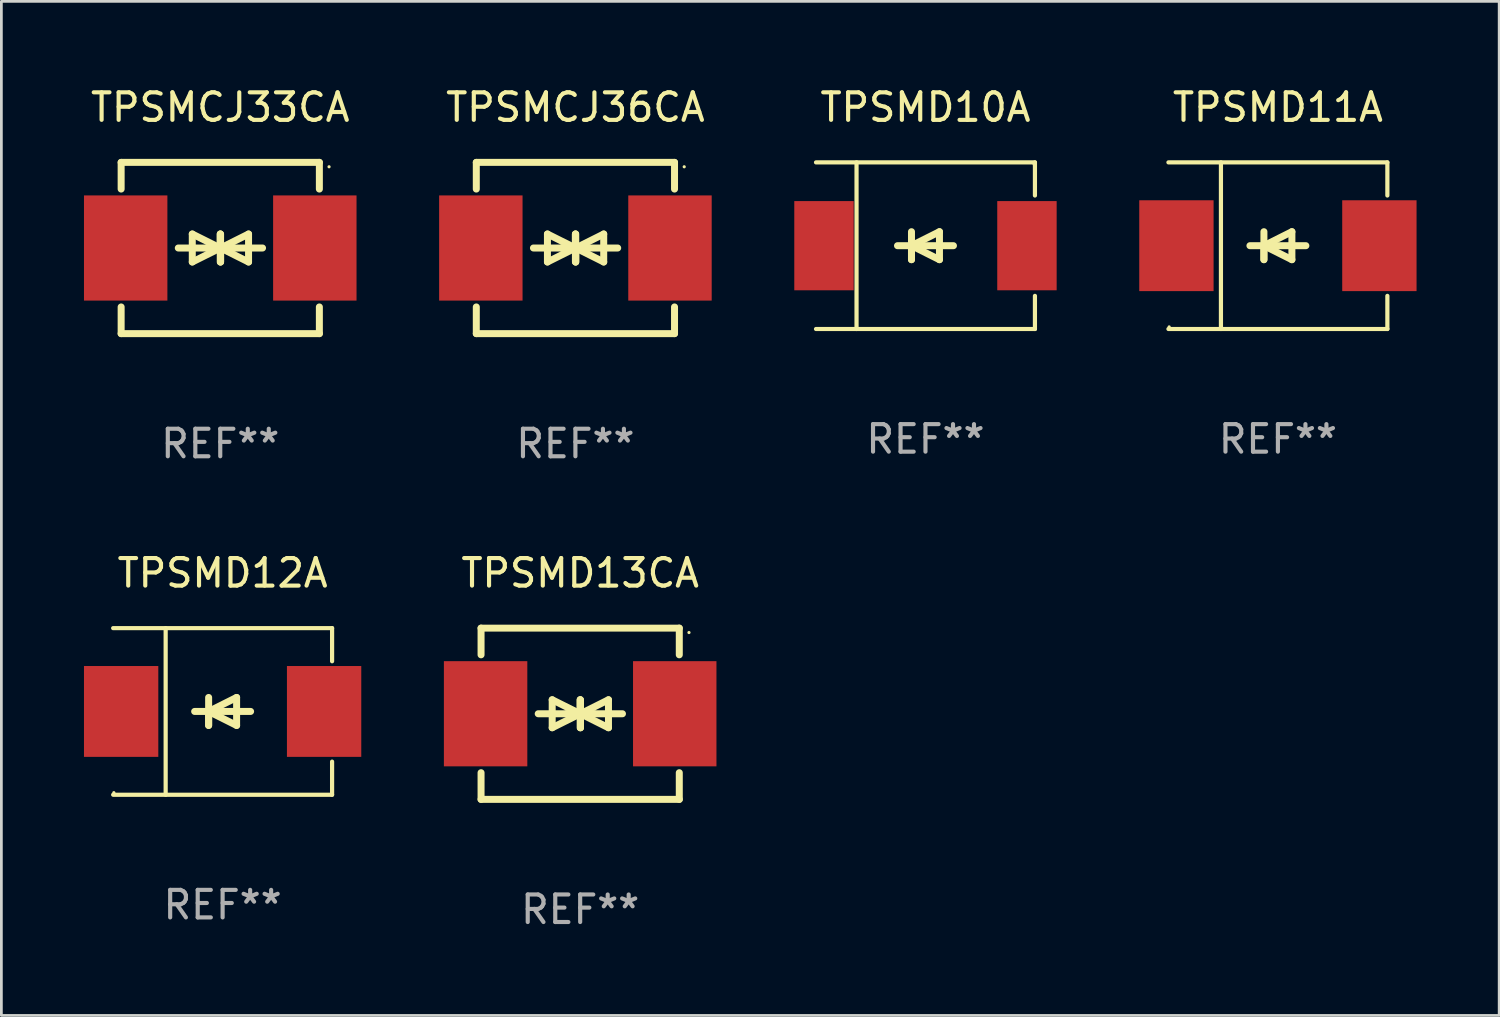
<source format=kicad_pcb>
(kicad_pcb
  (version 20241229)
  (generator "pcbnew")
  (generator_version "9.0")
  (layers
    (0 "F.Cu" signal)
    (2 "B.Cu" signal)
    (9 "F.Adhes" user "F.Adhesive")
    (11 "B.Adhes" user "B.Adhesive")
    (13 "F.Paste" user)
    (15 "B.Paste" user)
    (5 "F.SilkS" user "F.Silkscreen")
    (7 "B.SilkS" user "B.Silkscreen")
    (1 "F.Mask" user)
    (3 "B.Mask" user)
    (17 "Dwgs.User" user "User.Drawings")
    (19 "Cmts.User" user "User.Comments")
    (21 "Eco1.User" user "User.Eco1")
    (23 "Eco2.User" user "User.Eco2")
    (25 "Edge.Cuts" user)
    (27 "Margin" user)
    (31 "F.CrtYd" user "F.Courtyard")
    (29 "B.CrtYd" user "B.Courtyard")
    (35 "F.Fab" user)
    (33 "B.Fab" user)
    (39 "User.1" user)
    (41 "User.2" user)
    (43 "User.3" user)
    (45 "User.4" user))
  (footprint "TPSMD12A"
    (layer "F.Cu")
    (at 5.036 22.791)
    (property "Reference" "TPSMD12A" (at 0 -5.026 0) (layer "F.SilkS") (effects (font (size 1 1) (thickness 0.15))))
    (attr through_hole)
    (fp_line (start -3.976 -3.026) (end 3.976 -3.026) (stroke (width 0.152) (type solid)) (layer "F.SilkS"))
    (fp_line (start -3.976 3.026) (end 3.976 3.026) (stroke (width 0.152) (type solid)) (layer "F.SilkS"))
    (fp_line (start -2.069 -3.026) (end -2.069 3.026) (stroke (width 0.152) (type solid)) (layer "F.SilkS"))
    (fp_line (start -0.508 0) (end -0.508 0.508) (stroke (width 0.254) (type solid)) (layer "F.SilkS"))
    (fp_line (start -0.508 0) (end 0.508 0.508) (stroke (width 0.254) (type solid)) (layer "F.SilkS"))
    (fp_line (start -0.508 0.508) (end -0.508 -0.508) (stroke (width 0.254) (type solid)) (layer "F.SilkS"))
    (fp_line (start 0.508 -0.508) (end -0.508 0) (stroke (width 0.254) (type solid)) (layer "F.SilkS"))
    (fp_line (start 0.508 0.508) (end 0.508 -0.508) (stroke (width 0.254) (type solid)) (layer "F.SilkS"))
    (fp_line (start 1.016 0) (end -1.016 0) (stroke (width 0.254) (type solid)) (layer "F.SilkS"))
    (fp_line (start 3.976 -3.026) (end 3.976 -1.823) (stroke (width 0.152) (type solid)) (layer "F.SilkS"))
    (fp_line (start 3.976 3.026) (end 3.976 1.823) (stroke (width 0.152) (type solid)) (layer "F.SilkS"))
    (fp_circle (center -3.95 2.95) (end -3.92 2.95) (stroke (width 0.06) (type solid)) (fill no) (layer "F.SilkS"))
    (fp_text user "REF**" (at 0 7.026 0) (layer "F.Fab") (effects (font (size 1 1) (thickness 0.15))))
    (pad "1" smd rect (at -3.686 0) (size 2.7 3.3) (layers "F.Cu" "F.Mask" "F.Paste"))
    (pad "2" smd rect (at 3.686 0) (size 2.7 3.3) (layers "F.Cu" "F.Mask" "F.Paste")))
  (footprint "TPSMCJ33CA"
    (layer "F.Cu")
    (at 4.95 5.958)
    (property "Reference" "TPSMCJ33CA" (at 0 -5.11 0) (layer "F.SilkS") (effects (font (size 1 1) (thickness 0.15))))
    (attr through_hole)
    (fp_line (start -3.6 -2.141) (end -3.6 -3.11) (stroke (width 0.254) (type solid)) (layer "F.SilkS"))
    (fp_line (start -3.6 3.11) (end -3.6 2.141) (stroke (width 0.254) (type solid)) (layer "F.SilkS"))
    (fp_line (start -1.524 0) (end 0.508 0) (stroke (width 0.254) (type solid)) (layer "F.SilkS"))
    (fp_line (start -1.016 -0.508) (end -1.016 0.508) (stroke (width 0.254) (type solid)) (layer "F.SilkS"))
    (fp_line (start -1.016 0.508) (end 0 0) (stroke (width 0.254) (type solid)) (layer "F.SilkS"))
    (fp_line (start 0 -0.508) (end 0 0.508) (stroke (width 0.254) (type solid)) (layer "F.SilkS"))
    (fp_line (start 0 0) (end -1.016 -0.508) (stroke (width 0.254) (type solid)) (layer "F.SilkS"))
    (fp_line (start 0 0) (end 0 -0.508) (stroke (width 0.254) (type solid)) (layer "F.SilkS"))
    (fp_line (start 0.012 0) (end 0.012 0.508) (stroke (width 0.254) (type solid)) (layer "F.SilkS"))
    (fp_line (start 0.012 0) (end 1.028 0.508) (stroke (width 0.254) (type solid)) (layer "F.SilkS"))
    (fp_line (start 0.012 0.508) (end 0.012 -0.508) (stroke (width 0.254) (type solid)) (layer "F.SilkS"))
    (fp_line (start 1.028 -0.508) (end 0.012 0) (stroke (width 0.254) (type solid)) (layer "F.SilkS"))
    (fp_line (start 1.028 0.508) (end 1.028 -0.508) (stroke (width 0.254) (type solid)) (layer "F.SilkS"))
    (fp_line (start 1.536 0) (end -0.496 0) (stroke (width 0.254) (type solid)) (layer "F.SilkS"))
    (fp_line (start 3.6 -3.11) (end -3.6 -3.11) (stroke (width 0.254) (type solid)) (layer "F.SilkS"))
    (fp_line (start 3.6 -2.141) (end 3.6 -3.11) (stroke (width 0.254) (type solid)) (layer "F.SilkS"))
    (fp_line (start 3.6 3.11) (end -3.6 3.11) (stroke (width 0.254) (type solid)) (layer "F.SilkS"))
    (fp_line (start 3.6 3.11) (end 3.6 2.141) (stroke (width 0.254) (type solid)) (layer "F.SilkS"))
    (fp_circle (center 3.952 -2.95) (end 3.982 -2.95) (stroke (width 0.06) (type solid)) (fill no) (layer "F.SilkS"))
    (fp_text user "REF**" (at 0 7.11 0) (layer "F.Fab") (effects (font (size 1 1) (thickness 0.15))))
    (pad "1" smd rect (at 3.435 0) (size 3.03 3.82) (layers "F.Cu" "F.Mask" "F.Paste"))
    (pad "2" smd rect (at -3.435 0) (size 3.03 3.82) (layers "F.Cu" "F.Mask" "F.Paste")))
  (footprint "TPSMD13CA"
    (layer "F.Cu")
    (at 18.023 22.875)
    (property "Reference" "TPSMD13CA" (at 0 -5.11 0) (layer "F.SilkS") (effects (font (size 1 1) (thickness 0.15))))
    (attr through_hole)
    (fp_line (start -3.6 -2.141) (end -3.6 -3.11) (stroke (width 0.254) (type solid)) (layer "F.SilkS"))
    (fp_line (start -3.6 3.11) (end -3.6 2.141) (stroke (width 0.254) (type solid)) (layer "F.SilkS"))
    (fp_line (start -1.524 0) (end 0.508 0) (stroke (width 0.254) (type solid)) (layer "F.SilkS"))
    (fp_line (start -1.016 -0.508) (end -1.016 0.508) (stroke (width 0.254) (type solid)) (layer "F.SilkS"))
    (fp_line (start -1.016 0.508) (end 0 0) (stroke (width 0.254) (type solid)) (layer "F.SilkS"))
    (fp_line (start 0 -0.508) (end 0 0.508) (stroke (width 0.254) (type solid)) (layer "F.SilkS"))
    (fp_line (start 0 0) (end -1.016 -0.508) (stroke (width 0.254) (type solid)) (layer "F.SilkS"))
    (fp_line (start 0 0) (end 0 -0.508) (stroke (width 0.254) (type solid)) (layer "F.SilkS"))
    (fp_line (start 0.012 0) (end 0.012 0.508) (stroke (width 0.254) (type solid)) (layer "F.SilkS"))
    (fp_line (start 0.012 0) (end 1.028 0.508) (stroke (width 0.254) (type solid)) (layer "F.SilkS"))
    (fp_line (start 0.012 0.508) (end 0.012 -0.508) (stroke (width 0.254) (type solid)) (layer "F.SilkS"))
    (fp_line (start 1.028 -0.508) (end 0.012 0) (stroke (width 0.254) (type solid)) (layer "F.SilkS"))
    (fp_line (start 1.028 0.508) (end 1.028 -0.508) (stroke (width 0.254) (type solid)) (layer "F.SilkS"))
    (fp_line (start 1.536 0) (end -0.496 0) (stroke (width 0.254) (type solid)) (layer "F.SilkS"))
    (fp_line (start 3.6 -3.11) (end -3.6 -3.11) (stroke (width 0.254) (type solid)) (layer "F.SilkS"))
    (fp_line (start 3.6 -2.141) (end 3.6 -3.11) (stroke (width 0.254) (type solid)) (layer "F.SilkS"))
    (fp_line (start 3.6 3.11) (end -3.6 3.11) (stroke (width 0.254) (type solid)) (layer "F.SilkS"))
    (fp_line (start 3.6 3.11) (end 3.6 2.141) (stroke (width 0.254) (type solid)) (layer "F.SilkS"))
    (fp_circle (center 3.952 -2.95) (end 3.982 -2.95) (stroke (width 0.06) (type solid)) (fill no) (layer "F.SilkS"))
    (fp_text user "REF**" (at 0 7.11 0) (layer "F.Fab") (effects (font (size 1 1) (thickness 0.15))))
    (pad "1" smd rect (at 3.435 0) (size 3.03 3.82) (layers "F.Cu" "F.Mask" "F.Paste"))
    (pad "2" smd rect (at -3.435 0) (size 3.03 3.82) (layers "F.Cu" "F.Mask" "F.Paste")))
  (footprint "TPSMCJ36CA"
    (layer "F.Cu")
    (at 17.85 5.958)
    (property "Reference" "TPSMCJ36CA" (at 0 -5.11 0) (layer "F.SilkS") (effects (font (size 1 1) (thickness 0.15))))
    (attr through_hole)
    (fp_line (start -3.6 -2.141) (end -3.6 -3.11) (stroke (width 0.254) (type solid)) (layer "F.SilkS"))
    (fp_line (start -3.6 3.11) (end -3.6 2.141) (stroke (width 0.254) (type solid)) (layer "F.SilkS"))
    (fp_line (start -1.524 0) (end 0.508 0) (stroke (width 0.254) (type solid)) (layer "F.SilkS"))
    (fp_line (start -1.016 -0.508) (end -1.016 0.508) (stroke (width 0.254) (type solid)) (layer "F.SilkS"))
    (fp_line (start -1.016 0.508) (end 0 0) (stroke (width 0.254) (type solid)) (layer "F.SilkS"))
    (fp_line (start 0 -0.508) (end 0 0.508) (stroke (width 0.254) (type solid)) (layer "F.SilkS"))
    (fp_line (start 0 0) (end -1.016 -0.508) (stroke (width 0.254) (type solid)) (layer "F.SilkS"))
    (fp_line (start 0 0) (end 0 -0.508) (stroke (width 0.254) (type solid)) (layer "F.SilkS"))
    (fp_line (start 0.012 0) (end 0.012 0.508) (stroke (width 0.254) (type solid)) (layer "F.SilkS"))
    (fp_line (start 0.012 0) (end 1.028 0.508) (stroke (width 0.254) (type solid)) (layer "F.SilkS"))
    (fp_line (start 0.012 0.508) (end 0.012 -0.508) (stroke (width 0.254) (type solid)) (layer "F.SilkS"))
    (fp_line (start 1.028 -0.508) (end 0.012 0) (stroke (width 0.254) (type solid)) (layer "F.SilkS"))
    (fp_line (start 1.028 0.508) (end 1.028 -0.508) (stroke (width 0.254) (type solid)) (layer "F.SilkS"))
    (fp_line (start 1.536 0) (end -0.496 0) (stroke (width 0.254) (type solid)) (layer "F.SilkS"))
    (fp_line (start 3.6 -3.11) (end -3.6 -3.11) (stroke (width 0.254) (type solid)) (layer "F.SilkS"))
    (fp_line (start 3.6 -2.141) (end 3.6 -3.11) (stroke (width 0.254) (type solid)) (layer "F.SilkS"))
    (fp_line (start 3.6 3.11) (end -3.6 3.11) (stroke (width 0.254) (type solid)) (layer "F.SilkS"))
    (fp_line (start 3.6 3.11) (end 3.6 2.141) (stroke (width 0.254) (type solid)) (layer "F.SilkS"))
    (fp_circle (center 3.952 -2.95) (end 3.982 -2.95) (stroke (width 0.06) (type solid)) (fill no) (layer "F.SilkS"))
    (fp_text user "REF**" (at 0 7.11 0) (layer "F.Fab") (effects (font (size 1 1) (thickness 0.15))))
    (pad "1" smd rect (at 3.435 0) (size 3.03 3.82) (layers "F.Cu" "F.Mask" "F.Paste"))
    (pad "2" smd rect (at -3.435 0) (size 3.03 3.82) (layers "F.Cu" "F.Mask" "F.Paste")))
  (footprint "TPSMD11A"
    (layer "F.Cu")
    (at 43.366 5.874)
    (property "Reference" "TPSMD11A" (at 0 -5.026 0) (layer "F.SilkS") (effects (font (size 1 1) (thickness 0.15))))
    (attr through_hole)
    (fp_line (start -3.976 -3.026) (end 3.976 -3.026) (stroke (width 0.152) (type solid)) (layer "F.SilkS"))
    (fp_line (start -3.976 3.026) (end 3.976 3.026) (stroke (width 0.152) (type solid)) (layer "F.SilkS"))
    (fp_line (start -2.069 -3.026) (end -2.069 3.026) (stroke (width 0.152) (type solid)) (layer "F.SilkS"))
    (fp_line (start -0.508 0) (end -0.508 0.508) (stroke (width 0.254) (type solid)) (layer "F.SilkS"))
    (fp_line (start -0.508 0) (end 0.508 0.508) (stroke (width 0.254) (type solid)) (layer "F.SilkS"))
    (fp_line (start -0.508 0.508) (end -0.508 -0.508) (stroke (width 0.254) (type solid)) (layer "F.SilkS"))
    (fp_line (start 0.508 -0.508) (end -0.508 0) (stroke (width 0.254) (type solid)) (layer "F.SilkS"))
    (fp_line (start 0.508 0.508) (end 0.508 -0.508) (stroke (width 0.254) (type solid)) (layer "F.SilkS"))
    (fp_line (start 1.016 0) (end -1.016 0) (stroke (width 0.254) (type solid)) (layer "F.SilkS"))
    (fp_line (start 3.976 -3.026) (end 3.976 -1.823) (stroke (width 0.152) (type solid)) (layer "F.SilkS"))
    (fp_line (start 3.976 3.026) (end 3.976 1.823) (stroke (width 0.152) (type solid)) (layer "F.SilkS"))
    (fp_circle (center -3.95 2.95) (end -3.92 2.95) (stroke (width 0.06) (type solid)) (fill no) (layer "F.SilkS"))
    (fp_text user "REF**" (at 0 7.026 0) (layer "F.Fab") (effects (font (size 1 1) (thickness 0.15))))
    (pad "1" smd rect (at -3.686 0) (size 2.7 3.3) (layers "F.Cu" "F.Mask" "F.Paste"))
    (pad "2" smd rect (at 3.686 0) (size 2.7 3.3) (layers "F.Cu" "F.Mask" "F.Paste")))
  (footprint "TPSMD10A"
    (layer "F.Cu")
    (at 30.565 5.874)
    (property "Reference" "TPSMD10A" (at 0 -5.026 0) (layer "F.SilkS") (effects (font (size 1 1) (thickness 0.15))))
    (attr through_hole)
    (fp_line (start -3.976 -3.026) (end 3.976 -3.026) (stroke (width 0.152) (type solid)) (layer "F.SilkS"))
    (fp_line (start -3.976 3.026) (end 3.976 3.026) (stroke (width 0.152) (type solid)) (layer "F.SilkS"))
    (fp_line (start -2.504 -3.026) (end -2.504 3.026) (stroke (width 0.152) (type solid)) (layer "F.SilkS"))
    (fp_line (start -0.508 0) (end -0.508 0.508) (stroke (width 0.254) (type solid)) (layer "F.SilkS"))
    (fp_line (start -0.508 0) (end 0.508 0.508) (stroke (width 0.254) (type solid)) (layer "F.SilkS"))
    (fp_line (start -0.508 0.508) (end -0.508 -0.508) (stroke (width 0.254) (type solid)) (layer "F.SilkS"))
    (fp_line (start 0.508 -0.508) (end -0.508 0) (stroke (width 0.254) (type solid)) (layer "F.SilkS"))
    (fp_line (start 0.508 0.508) (end 0.508 -0.508) (stroke (width 0.254) (type solid)) (layer "F.SilkS"))
    (fp_line (start 1.016 0) (end -1.016 0) (stroke (width 0.254) (type solid)) (layer "F.SilkS"))
    (fp_line (start 3.976 -3.026) (end 3.976 -1.823) (stroke (width 0.152) (type solid)) (layer "F.SilkS"))
    (fp_line (start 3.976 3.026) (end 3.976 1.823) (stroke (width 0.152) (type solid)) (layer "F.SilkS"))
    (fp_circle (center 3.95 -2.95) (end 3.98 -2.95) (stroke (width 0.06) (type solid)) (fill no) (layer "F.SilkS"))
    (fp_text user "REF**" (at 0 7.026 0) (layer "F.Fab") (effects (font (size 1 1) (thickness 0.15))))
    (pad "1" smd rect (at 3.686 0 180) (size 2.158 3.24) (layers "F.Cu" "F.Mask" "F.Paste"))
    (pad "2" smd rect (at -3.686 0 180) (size 2.158 3.24) (layers "F.Cu" "F.Mask" "F.Paste")))
  (gr_rect
    (start -3 -3)
    (end 51.403 33.833)
    (stroke (width 0.1) (type default))
    (fill no)
    (layer "Edge.Cuts")))
</source>
